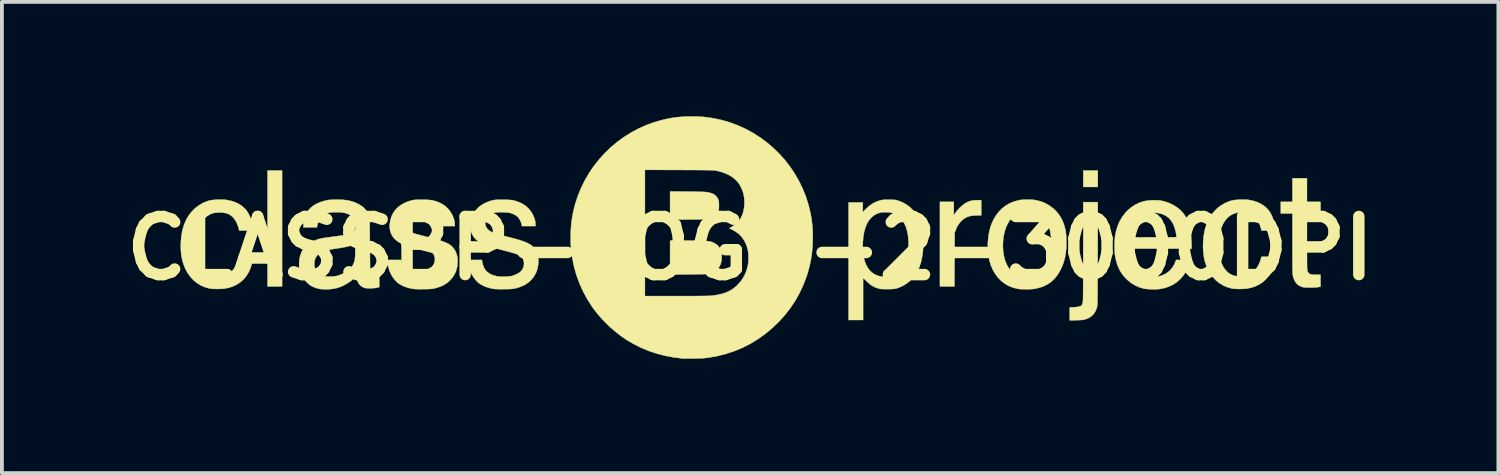
<source format=kicad_pcb>
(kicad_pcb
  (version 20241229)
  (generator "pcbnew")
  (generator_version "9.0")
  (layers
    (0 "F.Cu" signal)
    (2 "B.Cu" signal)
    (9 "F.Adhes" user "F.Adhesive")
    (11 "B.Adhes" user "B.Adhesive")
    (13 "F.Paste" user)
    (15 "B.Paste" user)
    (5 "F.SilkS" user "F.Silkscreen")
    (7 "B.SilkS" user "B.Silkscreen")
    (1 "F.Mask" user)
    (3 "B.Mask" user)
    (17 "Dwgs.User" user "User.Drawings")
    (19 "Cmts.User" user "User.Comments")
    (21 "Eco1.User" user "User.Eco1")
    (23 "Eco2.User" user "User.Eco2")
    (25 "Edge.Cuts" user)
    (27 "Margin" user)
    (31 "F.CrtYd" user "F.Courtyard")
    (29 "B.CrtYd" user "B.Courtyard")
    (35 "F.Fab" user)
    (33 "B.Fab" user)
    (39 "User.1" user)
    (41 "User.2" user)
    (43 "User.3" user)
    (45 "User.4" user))
  (footprint "CLASSBP-LOGO-2-3000DPI"
    (layer "F.Cu")
    (at 16.626 3.463)
    (property "Reference" "CLASSBP-LOGO-2-3000DPI" (at 0 0 0) (layer "F.SilkS") (effects (font (size 1.524 1.524) (thickness 0.3))))
    (attr through_hole)
    (fp_poly (pts (xy -12.277 0.999) (xy -12.658 0.999) (xy -12.658 -2.04) (xy -12.277 -2.04) (xy -12.277 0.999)) (stroke (width 0.01) (type solid)) (fill yes) (layer "F.SilkS"))
    (fp_poly (pts (xy 9.119 -1.609) (xy 8.738 -1.609) (xy 8.738 -2.04) (xy 9.119 -2.04) (xy 9.119 -1.609)) (stroke (width 0.01) (type solid)) (fill yes) (layer "F.SilkS"))
    (fp_poly (pts (xy 6.062 -0.864) (xy 5.949 -0.864) (xy 5.852 -0.859) (xy 5.766 -0.845) (xy 5.692 -0.822) (xy 5.625 -0.787) (xy 5.564 -0.74) (xy 5.531 -0.708) (xy 5.481 -0.649) (xy 5.442 -0.591) (xy 5.41 -0.527) (xy 5.39 -0.476) (xy 5.364 -0.402) (xy 5.361 0.298) (xy 5.359 0.999) (xy 4.978 0.999) (xy 4.978 -1.219) (xy 5.342 -1.219) (xy 5.342 -0.869) (xy 5.367 -0.908) (xy 5.396 -0.948) (xy 5.435 -0.995) (xy 5.479 -1.043) (xy 5.525 -1.089) (xy 5.569 -1.128) (xy 5.575 -1.133) (xy 5.641 -1.181) (xy 5.707 -1.217) (xy 5.774 -1.241) (xy 5.849 -1.256) (xy 5.933 -1.261) (xy 5.955 -1.262) (xy 6.062 -1.262) (xy 6.062 -0.864)) (stroke (width 0.01) (type solid)) (fill yes) (layer "F.SilkS"))
    (fp_poly (pts (xy -1.67 -0.203) (xy -1.553 -0.203) (xy -1.451 -0.202) (xy -1.363 -0.201) (xy -1.288 -0.2) (xy -1.224 -0.197) (xy -1.169 -0.194) (xy -1.123 -0.189) (xy -1.083 -0.184) (xy -1.049 -0.177) (xy -1.018 -0.169) (xy -0.99 -0.159) (xy -0.962 -0.147) (xy -0.942 -0.138) (xy -0.877 -0.097) (xy -0.824 -0.045) (xy -0.783 0.018) (xy -0.757 0.089) (xy -0.75 0.124) (xy -0.747 0.171) (xy -0.746 0.224) (xy -0.747 0.277) (xy -0.751 0.325) (xy -0.754 0.343) (xy -0.776 0.419) (xy -0.811 0.488) (xy -0.859 0.548) (xy -0.917 0.598) (xy -0.968 0.627) (xy -0.991 0.638) (xy -1.013 0.647) (xy -1.034 0.655) (xy -1.056 0.661) (xy -1.082 0.666) (xy -1.112 0.671) (xy -1.147 0.674) (xy -1.19 0.677) (xy -1.242 0.679) (xy -1.304 0.68) (xy -1.378 0.681) (xy -1.465 0.682) (xy -1.566 0.683) (xy -1.619 0.684) (xy -2.1 0.687) (xy -2.1 -0.203) (xy -1.67 -0.203)) (stroke (width 0.01) (type solid)) (fill yes) (layer "F.SilkS"))
    (fp_poly (pts (xy -1.645 -1.488) (xy -1.539 -1.487) (xy -1.449 -1.486) (xy -1.373 -1.484) (xy -1.308 -1.483) (xy -1.254 -1.481) (xy -1.209 -1.479) (xy -1.17 -1.476) (xy -1.137 -1.472) (xy -1.108 -1.468) (xy -1.081 -1.462) (xy -1.054 -1.456) (xy -1.026 -1.448) (xy -1.013 -1.444) (xy -0.955 -1.419) (xy -0.903 -1.379) (xy -0.866 -1.335) (xy -0.846 -1.302) (xy -0.832 -1.27) (xy -0.824 -1.234) (xy -0.819 -1.191) (xy -0.818 -1.135) (xy -0.818 -1.122) (xy -0.818 -1.074) (xy -0.82 -1.039) (xy -0.824 -1.012) (xy -0.831 -0.987) (xy -0.837 -0.972) (xy -0.869 -0.913) (xy -0.913 -0.864) (xy -0.971 -0.824) (xy -0.987 -0.817) (xy -1.011 -0.805) (xy -1.034 -0.795) (xy -1.056 -0.787) (xy -1.079 -0.78) (xy -1.104 -0.774) (xy -1.134 -0.769) (xy -1.169 -0.766) (xy -1.211 -0.763) (xy -1.262 -0.761) (xy -1.323 -0.759) (xy -1.395 -0.758) (xy -1.481 -0.757) (xy -1.582 -0.756) (xy -1.632 -0.756) (xy -2.1 -0.752) (xy -2.1 -1.492) (xy -1.645 -1.488)) (stroke (width 0.01) (type solid)) (fill yes) (layer "F.SilkS"))
    (fp_poly (pts (xy 9.116 0.133) (xy 9.116 0.311) (xy 9.115 0.472) (xy 9.115 0.618) (xy 9.115 0.75) (xy 9.114 0.868) (xy 9.114 0.973) (xy 9.113 1.066) (xy 9.113 1.147) (xy 9.112 1.218) (xy 9.111 1.28) (xy 9.111 1.332) (xy 9.11 1.376) (xy 9.109 1.414) (xy 9.108 1.444) (xy 9.107 1.469) (xy 9.105 1.489) (xy 9.104 1.505) (xy 9.102 1.518) (xy 9.101 1.528) (xy 9.099 1.537) (xy 9.071 1.622) (xy 9.032 1.695) (xy 8.982 1.755) (xy 8.919 1.805) (xy 8.844 1.844) (xy 8.776 1.867) (xy 8.75 1.873) (xy 8.716 1.878) (xy 8.672 1.881) (xy 8.615 1.884) (xy 8.553 1.886) (xy 8.382 1.89) (xy 8.382 1.549) (xy 8.435 1.549) (xy 8.482 1.548) (xy 8.533 1.543) (xy 8.583 1.537) (xy 8.626 1.529) (xy 8.658 1.52) (xy 8.661 1.519) (xy 8.686 1.505) (xy 8.704 1.483) (xy 8.717 1.45) (xy 8.727 1.405) (xy 8.729 1.392) (xy 8.73 1.375) (xy 8.731 1.341) (xy 8.732 1.292) (xy 8.733 1.227) (xy 8.734 1.147) (xy 8.735 1.052) (xy 8.735 0.943) (xy 8.736 0.82) (xy 8.737 0.684) (xy 8.737 0.535) (xy 8.737 0.374) (xy 8.737 0.201) (xy 8.737 0.061) (xy 8.738 -1.211) (xy 9.119 -1.211) (xy 9.116 0.133)) (stroke (width 0.01) (type solid)) (fill yes) (layer "F.SilkS"))
    (fp_poly (pts (xy 14.605 -1.219) (xy 14.961 -1.219) (xy 14.961 -0.914) (xy 14.605 -0.914) (xy 14.605 -0.171) (xy 14.605 -0.042) (xy 14.605 0.072) (xy 14.605 0.171) (xy 14.606 0.256) (xy 14.606 0.329) (xy 14.607 0.39) (xy 14.607 0.441) (xy 14.608 0.482) (xy 14.609 0.515) (xy 14.61 0.541) (xy 14.612 0.562) (xy 14.613 0.577) (xy 14.615 0.588) (xy 14.617 0.597) (xy 14.62 0.603) (xy 14.621 0.605) (xy 14.638 0.636) (xy 14.658 0.659) (xy 14.684 0.675) (xy 14.719 0.686) (xy 14.765 0.692) (xy 14.824 0.694) (xy 14.846 0.694) (xy 14.961 0.694) (xy 14.961 1.005) (xy 14.912 1.016) (xy 14.879 1.021) (xy 14.835 1.025) (xy 14.782 1.028) (xy 14.724 1.03) (xy 14.666 1.03) (xy 14.61 1.029) (xy 14.561 1.027) (xy 14.522 1.024) (xy 14.501 1.02) (xy 14.43 0.995) (xy 14.37 0.959) (xy 14.321 0.91) (xy 14.281 0.848) (xy 14.251 0.773) (xy 14.238 0.722) (xy 14.235 0.71) (xy 14.233 0.696) (xy 14.231 0.678) (xy 14.23 0.656) (xy 14.229 0.628) (xy 14.227 0.594) (xy 14.227 0.551) (xy 14.226 0.5) (xy 14.225 0.439) (xy 14.225 0.368) (xy 14.224 0.284) (xy 14.224 0.186) (xy 14.224 0.075) (xy 14.224 -0.051) (xy 14.224 -0.127) (xy 14.224 -0.914) (xy 13.919 -0.914) (xy 13.919 -1.219) (xy 14.224 -1.219) (xy 14.224 -1.837) (xy 14.605 -1.837) (xy 14.605 -1.219)) (stroke (width 0.01) (type solid)) (fill yes) (layer "F.SilkS"))
    (fp_poly (pts (xy -13.823 -1.277) (xy -13.767 -1.274) (xy -13.741 -1.27) (xy -13.62 -1.246) (xy -13.509 -1.21) (xy -13.41 -1.162) (xy -13.322 -1.104) (xy -13.247 -1.035) (xy -13.218 -1.002) (xy -13.167 -0.927) (xy -13.123 -0.841) (xy -13.087 -0.741) (xy -13.057 -0.627) (xy -13.035 -0.502) (xy -13.03 -0.466) (xy -13.4 -0.466) (xy -13.42 -0.539) (xy -13.447 -0.622) (xy -13.483 -0.7) (xy -13.526 -0.768) (xy -13.567 -0.816) (xy -13.619 -0.862) (xy -13.675 -0.896) (xy -13.739 -0.919) (xy -13.813 -0.934) (xy -13.899 -0.939) (xy -13.92 -0.94) (xy -13.976 -0.938) (xy -14.027 -0.934) (xy -14.065 -0.928) (xy -14.068 -0.927) (xy -14.155 -0.897) (xy -14.233 -0.852) (xy -14.302 -0.792) (xy -14.363 -0.718) (xy -14.415 -0.63) (xy -14.457 -0.527) (xy -14.492 -0.41) (xy -14.508 -0.332) (xy -14.516 -0.272) (xy -14.522 -0.2) (xy -14.526 -0.122) (xy -14.527 -0.042) (xy -14.526 0.035) (xy -14.521 0.104) (xy -14.517 0.144) (xy -14.495 0.256) (xy -14.463 0.359) (xy -14.422 0.453) (xy -14.373 0.534) (xy -14.317 0.601) (xy -14.264 0.648) (xy -14.211 0.683) (xy -14.15 0.708) (xy -14.109 0.72) (xy -14.052 0.73) (xy -13.986 0.736) (xy -13.917 0.736) (xy -13.853 0.731) (xy -13.81 0.724) (xy -13.731 0.696) (xy -13.658 0.654) (xy -13.591 0.597) (xy -13.532 0.527) (xy -13.482 0.444) (xy -13.44 0.35) (xy -13.411 0.256) (xy -13.402 0.22) (xy -13.029 0.22) (xy -13.035 0.252) (xy -13.064 0.389) (xy -13.102 0.512) (xy -13.151 0.623) (xy -13.21 0.72) (xy -13.279 0.805) (xy -13.359 0.879) (xy -13.416 0.92) (xy -13.496 0.967) (xy -13.578 1.003) (xy -13.667 1.032) (xy -13.768 1.053) (xy -13.77 1.054) (xy -13.816 1.06) (xy -13.873 1.063) (xy -13.936 1.066) (xy -14.002 1.066) (xy -14.065 1.064) (xy -14.122 1.061) (xy -14.167 1.055) (xy -14.176 1.054) (xy -14.293 1.022) (xy -14.402 0.976) (xy -14.503 0.915) (xy -14.595 0.842) (xy -14.677 0.755) (xy -14.749 0.656) (xy -14.811 0.545) (xy -14.861 0.423) (xy -14.892 0.318) (xy -14.916 0.204) (xy -14.93 0.078) (xy -14.935 -0.053) (xy -14.931 -0.188) (xy -14.918 -0.321) (xy -14.896 -0.448) (xy -14.883 -0.504) (xy -14.842 -0.634) (xy -14.789 -0.755) (xy -14.723 -0.866) (xy -14.645 -0.965) (xy -14.557 -1.053) (xy -14.459 -1.127) (xy -14.352 -1.189) (xy -14.235 -1.237) (xy -14.177 -1.254) (xy -14.136 -1.262) (xy -14.082 -1.269) (xy -14.02 -1.274) (xy -13.953 -1.277) (xy -13.886 -1.278) (xy -13.823 -1.277)) (stroke (width 0.01) (type solid)) (fill yes) (layer "F.SilkS"))
    (fp_poly (pts (xy 12.991 -1.277) (xy 13.047 -1.274) (xy 13.073 -1.27) (xy 13.194 -1.246) (xy 13.305 -1.21) (xy 13.404 -1.162) (xy 13.492 -1.104) (xy 13.567 -1.035) (xy 13.596 -1.002) (xy 13.647 -0.927) (xy 13.691 -0.841) (xy 13.727 -0.741) (xy 13.757 -0.627) (xy 13.779 -0.502) (xy 13.784 -0.466) (xy 13.414 -0.466) (xy 13.394 -0.539) (xy 13.367 -0.622) (xy 13.331 -0.7) (xy 13.288 -0.768) (xy 13.247 -0.816) (xy 13.195 -0.862) (xy 13.139 -0.896) (xy 13.075 -0.919) (xy 13.001 -0.934) (xy 12.915 -0.939) (xy 12.894 -0.94) (xy 12.838 -0.938) (xy 12.787 -0.934) (xy 12.749 -0.928) (xy 12.746 -0.927) (xy 12.659 -0.897) (xy 12.581 -0.852) (xy 12.512 -0.792) (xy 12.451 -0.718) (xy 12.399 -0.63) (xy 12.356 -0.527) (xy 12.322 -0.41) (xy 12.306 -0.332) (xy 12.298 -0.272) (xy 12.291 -0.2) (xy 12.288 -0.122) (xy 12.287 -0.042) (xy 12.288 0.035) (xy 12.293 0.104) (xy 12.297 0.144) (xy 12.319 0.256) (xy 12.351 0.359) (xy 12.392 0.453) (xy 12.441 0.534) (xy 12.497 0.601) (xy 12.55 0.648) (xy 12.603 0.683) (xy 12.664 0.708) (xy 12.705 0.72) (xy 12.762 0.73) (xy 12.828 0.736) (xy 12.897 0.736) (xy 12.961 0.731) (xy 13.004 0.724) (xy 13.083 0.696) (xy 13.156 0.654) (xy 13.223 0.597) (xy 13.282 0.527) (xy 13.332 0.444) (xy 13.374 0.35) (xy 13.403 0.256) (xy 13.412 0.22) (xy 13.785 0.22) (xy 13.779 0.252) (xy 13.75 0.389) (xy 13.712 0.512) (xy 13.663 0.623) (xy 13.604 0.72) (xy 13.535 0.805) (xy 13.455 0.879) (xy 13.398 0.92) (xy 13.318 0.967) (xy 13.236 1.003) (xy 13.147 1.032) (xy 13.046 1.053) (xy 13.044 1.054) (xy 12.998 1.06) (xy 12.941 1.063) (xy 12.878 1.066) (xy 12.812 1.066) (xy 12.749 1.064) (xy 12.692 1.061) (xy 12.647 1.055) (xy 12.638 1.054) (xy 12.521 1.022) (xy 12.412 0.976) (xy 12.311 0.915) (xy 12.219 0.842) (xy 12.137 0.755) (xy 12.065 0.656) (xy 12.003 0.545) (xy 11.953 0.423) (xy 11.921 0.318) (xy 11.898 0.204) (xy 11.884 0.078) (xy 11.879 -0.053) (xy 11.883 -0.188) (xy 11.896 -0.321) (xy 11.918 -0.448) (xy 11.931 -0.504) (xy 11.972 -0.634) (xy 12.025 -0.755) (xy 12.091 -0.866) (xy 12.168 -0.965) (xy 12.257 -1.053) (xy 12.355 -1.127) (xy 12.462 -1.189) (xy 12.579 -1.237) (xy 12.636 -1.254) (xy 12.678 -1.262) (xy 12.732 -1.269) (xy 12.794 -1.274) (xy 12.861 -1.277) (xy 12.928 -1.278) (xy 12.991 -1.277)) (stroke (width 0.01) (type solid)) (fill yes) (layer "F.SilkS"))
    (fp_poly (pts (xy 3.699 -1.274) (xy 3.743 -1.273) (xy 3.777 -1.271) (xy 3.805 -1.269) (xy 3.829 -1.265) (xy 3.852 -1.259) (xy 3.879 -1.251) (xy 3.882 -1.25) (xy 3.993 -1.207) (xy 4.096 -1.15) (xy 4.191 -1.079) (xy 4.276 -0.995) (xy 4.351 -0.9) (xy 4.414 -0.794) (xy 4.464 -0.678) (xy 4.474 -0.65) (xy 4.502 -0.548) (xy 4.523 -0.434) (xy 4.536 -0.311) (xy 4.542 -0.182) (xy 4.54 -0.051) (xy 4.531 0.08) (xy 4.514 0.207) (xy 4.49 0.326) (xy 4.475 0.385) (xy 4.43 0.513) (xy 4.374 0.629) (xy 4.306 0.732) (xy 4.226 0.824) (xy 4.136 0.902) (xy 4.034 0.968) (xy 3.992 0.991) (xy 3.937 1.016) (xy 3.888 1.036) (xy 3.841 1.051) (xy 3.793 1.061) (xy 3.74 1.067) (xy 3.678 1.07) (xy 3.602 1.071) (xy 3.594 1.071) (xy 3.535 1.07) (xy 3.49 1.07) (xy 3.456 1.068) (xy 3.428 1.066) (xy 3.404 1.062) (xy 3.381 1.056) (xy 3.355 1.049) (xy 3.349 1.047) (xy 3.286 1.026) (xy 3.233 1.002) (xy 3.185 0.974) (xy 3.137 0.939) (xy 3.086 0.894) (xy 3.059 0.868) (xy 2.963 0.775) (xy 2.963 1.327) (xy 2.963 1.88) (xy 2.582 1.88) (xy 2.582 -0.02) (xy 2.953 -0.02) (xy 2.96 0.113) (xy 2.978 0.234) (xy 3.007 0.343) (xy 3.045 0.44) (xy 3.094 0.524) (xy 3.152 0.596) (xy 3.22 0.654) (xy 3.297 0.698) (xy 3.384 0.729) (xy 3.416 0.736) (xy 3.454 0.741) (xy 3.503 0.744) (xy 3.556 0.744) (xy 3.609 0.742) (xy 3.655 0.737) (xy 3.686 0.732) (xy 3.762 0.704) (xy 3.836 0.662) (xy 3.905 0.608) (xy 3.967 0.545) (xy 4.019 0.475) (xy 4.037 0.442) (xy 4.076 0.357) (xy 4.106 0.268) (xy 4.129 0.172) (xy 4.144 0.066) (xy 4.153 -0.047) (xy 4.155 -0.179) (xy 4.145 -0.305) (xy 4.125 -0.423) (xy 4.096 -0.532) (xy 4.056 -0.63) (xy 4.007 -0.717) (xy 3.95 -0.791) (xy 3.937 -0.804) (xy 3.873 -0.859) (xy 3.803 -0.9) (xy 3.725 -0.928) (xy 3.638 -0.944) (xy 3.552 -0.948) (xy 3.499 -0.947) (xy 3.451 -0.943) (xy 3.412 -0.937) (xy 3.407 -0.935) (xy 3.32 -0.905) (xy 3.242 -0.86) (xy 3.173 -0.801) (xy 3.113 -0.729) (xy 3.062 -0.642) (xy 3.021 -0.541) (xy 2.99 -0.427) (xy 2.968 -0.299) (xy 2.956 -0.164) (xy 2.953 -0.02) (xy 2.582 -0.02) (xy 2.582 -1.202) (xy 2.955 -1.202) (xy 2.955 -0.951) (xy 3.046 -1.04) (xy 3.12 -1.107) (xy 3.192 -1.161) (xy 3.267 -1.203) (xy 3.349 -1.237) (xy 3.421 -1.259) (xy 3.445 -1.265) (xy 3.472 -1.269) (xy 3.505 -1.272) (xy 3.547 -1.273) (xy 3.601 -1.274) (xy 3.641 -1.274) (xy 3.699 -1.274)) (stroke (width 0.01) (type solid)) (fill yes) (layer "F.SilkS"))
    (fp_poly (pts (xy 7.334 -1.277) (xy 7.402 -1.274) (xy 7.461 -1.269) (xy 7.481 -1.265) (xy 7.607 -1.235) (xy 7.726 -1.189) (xy 7.838 -1.129) (xy 7.941 -1.054) (xy 8.005 -0.995) (xy 8.082 -0.909) (xy 8.146 -0.815) (xy 8.199 -0.711) (xy 8.236 -0.61) (xy 8.256 -0.54) (xy 8.272 -0.47) (xy 8.283 -0.397) (xy 8.29 -0.317) (xy 8.295 -0.224) (xy 8.295 -0.21) (xy 8.294 -0.047) (xy 8.281 0.105) (xy 8.257 0.247) (xy 8.22 0.381) (xy 8.17 0.507) (xy 8.107 0.627) (xy 8.07 0.686) (xy 7.999 0.78) (xy 7.917 0.861) (xy 7.826 0.929) (xy 7.724 0.984) (xy 7.61 1.027) (xy 7.485 1.057) (xy 7.455 1.063) (xy 7.411 1.068) (xy 7.356 1.072) (xy 7.294 1.074) (xy 7.228 1.074) (xy 7.163 1.073) (xy 7.103 1.071) (xy 7.053 1.067) (xy 7.023 1.063) (xy 6.9 1.032) (xy 6.786 0.988) (xy 6.682 0.929) (xy 6.587 0.856) (xy 6.502 0.77) (xy 6.427 0.67) (xy 6.369 0.571) (xy 6.317 0.451) (xy 6.277 0.321) (xy 6.25 0.181) (xy 6.236 0.034) (xy 6.235 -0.07) (xy 6.629 -0.07) (xy 6.635 0.056) (xy 6.651 0.174) (xy 6.676 0.284) (xy 6.711 0.384) (xy 6.756 0.474) (xy 6.808 0.551) (xy 6.869 0.616) (xy 6.937 0.667) (xy 6.97 0.685) (xy 7.022 0.708) (xy 7.071 0.725) (xy 7.122 0.735) (xy 7.179 0.741) (xy 7.246 0.743) (xy 7.281 0.742) (xy 7.335 0.741) (xy 7.375 0.739) (xy 7.407 0.735) (xy 7.435 0.73) (xy 7.462 0.723) (xy 7.481 0.717) (xy 7.555 0.686) (xy 7.62 0.646) (xy 7.677 0.593) (xy 7.727 0.529) (xy 7.771 0.45) (xy 7.811 0.356) (xy 7.827 0.31) (xy 7.863 0.186) (xy 7.886 0.062) (xy 7.897 -0.068) (xy 7.897 -0.207) (xy 7.897 -0.207) (xy 7.89 -0.315) (xy 7.877 -0.41) (xy 7.858 -0.495) (xy 7.832 -0.574) (xy 7.797 -0.651) (xy 7.795 -0.656) (xy 7.744 -0.737) (xy 7.681 -0.806) (xy 7.607 -0.863) (xy 7.523 -0.906) (xy 7.493 -0.917) (xy 7.461 -0.928) (xy 7.433 -0.935) (xy 7.403 -0.94) (xy 7.368 -0.944) (xy 7.322 -0.946) (xy 7.301 -0.946) (xy 7.225 -0.947) (xy 7.16 -0.943) (xy 7.103 -0.933) (xy 7.05 -0.917) (xy 6.996 -0.894) (xy 6.924 -0.85) (xy 6.858 -0.792) (xy 6.8 -0.72) (xy 6.75 -0.635) (xy 6.707 -0.539) (xy 6.674 -0.433) (xy 6.649 -0.318) (xy 6.634 -0.194) (xy 6.629 -0.07) (xy 6.235 -0.07) (xy 6.235 -0.12) (xy 6.239 -0.193) (xy 6.252 -0.322) (xy 6.272 -0.439) (xy 6.299 -0.546) (xy 6.335 -0.646) (xy 6.376 -0.737) (xy 6.443 -0.853) (xy 6.52 -0.956) (xy 6.607 -1.045) (xy 6.703 -1.12) (xy 6.809 -1.181) (xy 6.925 -1.228) (xy 7.049 -1.261) (xy 7.076 -1.266) (xy 7.128 -1.272) (xy 7.192 -1.277) (xy 7.263 -1.278) (xy 7.334 -1.277)) (stroke (width 0.01) (type solid)) (fill yes) (layer "F.SilkS"))
    (fp_poly (pts (xy 10.683 -1.26) (xy 10.748 -1.254) (xy 10.78 -1.25) (xy 10.895 -1.221) (xy 11.006 -1.181) (xy 11.11 -1.129) (xy 11.205 -1.068) (xy 11.289 -0.999) (xy 11.359 -0.922) (xy 11.385 -0.887) (xy 11.428 -0.82) (xy 11.465 -0.751) (xy 11.495 -0.678) (xy 11.52 -0.6) (xy 11.54 -0.514) (xy 11.555 -0.418) (xy 11.567 -0.31) (xy 11.575 -0.189) (xy 11.578 -0.121) (xy 11.582 0.008) (xy 9.965 0.008) (xy 9.965 0.044) (xy 9.967 0.08) (xy 9.973 0.127) (xy 9.981 0.18) (xy 9.991 0.234) (xy 10.002 0.282) (xy 10.008 0.303) (xy 10.041 0.4) (xy 10.086 0.487) (xy 10.139 0.563) (xy 10.2 0.626) (xy 10.268 0.675) (xy 10.298 0.69) (xy 10.352 0.714) (xy 10.406 0.73) (xy 10.464 0.739) (xy 10.529 0.743) (xy 10.605 0.743) (xy 10.656 0.741) (xy 10.696 0.738) (xy 10.728 0.733) (xy 10.757 0.727) (xy 10.788 0.717) (xy 10.791 0.716) (xy 10.882 0.676) (xy 10.964 0.623) (xy 11.034 0.557) (xy 11.093 0.48) (xy 11.139 0.392) (xy 11.148 0.368) (xy 11.172 0.305) (xy 11.549 0.305) (xy 11.544 0.337) (xy 11.525 0.411) (xy 11.494 0.491) (xy 11.453 0.573) (xy 11.404 0.655) (xy 11.35 0.731) (xy 11.291 0.799) (xy 11.277 0.813) (xy 11.187 0.891) (xy 11.087 0.956) (xy 10.976 1.007) (xy 10.856 1.045) (xy 10.747 1.066) (xy 10.695 1.072) (xy 10.632 1.075) (xy 10.563 1.075) (xy 10.492 1.073) (xy 10.425 1.069) (xy 10.367 1.063) (xy 10.329 1.057) (xy 10.212 1.024) (xy 10.101 0.975) (xy 9.996 0.911) (xy 9.897 0.83) (xy 9.889 0.823) (xy 9.808 0.74) (xy 9.741 0.652) (xy 9.685 0.557) (xy 9.639 0.453) (xy 9.603 0.339) (xy 9.576 0.212) (xy 9.567 0.152) (xy 9.563 0.106) (xy 9.56 0.047) (xy 9.558 -0.02) (xy 9.559 -0.091) (xy 9.56 -0.161) (xy 9.564 -0.227) (xy 9.568 -0.284) (xy 9.569 -0.288) (xy 9.972 -0.288) (xy 10.578 -0.288) (xy 10.694 -0.288) (xy 10.794 -0.288) (xy 10.88 -0.288) (xy 10.952 -0.288) (xy 11.012 -0.289) (xy 11.061 -0.289) (xy 11.099 -0.29) (xy 11.129 -0.291) (xy 11.151 -0.292) (xy 11.166 -0.294) (xy 11.176 -0.296) (xy 11.182 -0.298) (xy 11.184 -0.3) (xy 11.184 -0.303) (xy 11.182 -0.328) (xy 11.176 -0.366) (xy 11.168 -0.411) (xy 11.157 -0.458) (xy 11.145 -0.504) (xy 11.134 -0.544) (xy 11.133 -0.546) (xy 11.096 -0.639) (xy 11.047 -0.72) (xy 10.988 -0.789) (xy 10.918 -0.844) (xy 10.869 -0.872) (xy 10.806 -0.899) (xy 10.742 -0.917) (xy 10.672 -0.928) (xy 10.592 -0.931) (xy 10.587 -0.931) (xy 10.49 -0.926) (xy 10.403 -0.908) (xy 10.326 -0.879) (xy 10.313 -0.872) (xy 10.23 -0.818) (xy 10.158 -0.752) (xy 10.096 -0.673) (xy 10.046 -0.584) (xy 10.008 -0.485) (xy 9.983 -0.377) (xy 9.978 -0.337) (xy 9.972 -0.288) (xy 9.569 -0.288) (xy 9.572 -0.31) (xy 9.6 -0.456) (xy 9.642 -0.592) (xy 9.698 -0.718) (xy 9.767 -0.834) (xy 9.85 -0.94) (xy 9.905 -0.997) (xy 9.998 -1.077) (xy 10.099 -1.143) (xy 10.21 -1.195) (xy 10.329 -1.234) (xy 10.386 -1.245) (xy 10.455 -1.254) (xy 10.531 -1.259) (xy 10.609 -1.261) (xy 10.683 -1.26)) (stroke (width 0.01) (type solid)) (fill yes) (layer "F.SilkS"))
    (fp_poly (pts (xy -8.53 -1.274) (xy -8.464 -1.272) (xy -8.408 -1.268) (xy -8.359 -1.262) (xy -8.314 -1.254) (xy -8.27 -1.242) (xy -8.223 -1.226) (xy -8.194 -1.216) (xy -8.106 -1.177) (xy -8.029 -1.13) (xy -7.98 -1.092) (xy -7.918 -1.032) (xy -7.864 -0.962) (xy -7.818 -0.885) (xy -7.782 -0.804) (xy -7.758 -0.722) (xy -7.747 -0.643) (xy -7.747 -0.629) (xy -7.747 -0.584) (xy -8.101 -0.584) (xy -8.111 -0.631) (xy -8.127 -0.684) (xy -8.151 -0.738) (xy -8.181 -0.787) (xy -8.214 -0.826) (xy -8.218 -0.829) (xy -8.264 -0.864) (xy -8.323 -0.895) (xy -8.389 -0.921) (xy -8.412 -0.928) (xy -8.446 -0.935) (xy -8.494 -0.94) (xy -8.549 -0.944) (xy -8.609 -0.947) (xy -8.668 -0.947) (xy -8.722 -0.946) (xy -8.768 -0.943) (xy -8.786 -0.94) (xy -8.856 -0.922) (xy -8.92 -0.893) (xy -8.976 -0.856) (xy -9.02 -0.811) (xy -9.044 -0.775) (xy -9.056 -0.743) (xy -9.064 -0.702) (xy -9.066 -0.684) (xy -9.063 -0.62) (xy -9.045 -0.563) (xy -9.012 -0.512) (xy -8.962 -0.466) (xy -8.897 -0.426) (xy -8.838 -0.399) (xy -8.814 -0.391) (xy -8.777 -0.379) (xy -8.728 -0.365) (xy -8.67 -0.35) (xy -8.606 -0.333) (xy -8.538 -0.315) (xy -8.501 -0.306) (xy -8.38 -0.276) (xy -8.276 -0.248) (xy -8.185 -0.222) (xy -8.106 -0.197) (xy -8.039 -0.173) (xy -7.982 -0.15) (xy -7.932 -0.126) (xy -7.89 -0.102) (xy -7.854 -0.077) (xy -7.843 -0.069) (xy -7.804 -0.031) (xy -7.767 0.017) (xy -7.733 0.07) (xy -7.708 0.122) (xy -7.707 0.127) (xy -7.683 0.213) (xy -7.673 0.306) (xy -7.674 0.402) (xy -7.688 0.498) (xy -7.713 0.59) (xy -7.742 0.659) (xy -7.798 0.753) (xy -7.866 0.835) (xy -7.945 0.905) (xy -8.037 0.964) (xy -8.141 1.01) (xy -8.257 1.046) (xy -8.262 1.047) (xy -8.293 1.054) (xy -8.32 1.059) (xy -8.348 1.063) (xy -8.38 1.066) (xy -8.418 1.068) (xy -8.465 1.07) (xy -8.525 1.071) (xy -8.56 1.071) (xy -8.621 1.072) (xy -8.681 1.072) (xy -8.735 1.071) (xy -8.78 1.069) (xy -8.814 1.067) (xy -8.826 1.066) (xy -8.92 1.049) (xy -9.013 1.023) (xy -9.1 0.989) (xy -9.177 0.95) (xy -9.233 0.914) (xy -9.276 0.875) (xy -9.322 0.825) (xy -9.366 0.768) (xy -9.405 0.707) (xy -9.428 0.665) (xy -9.46 0.588) (xy -9.487 0.503) (xy -9.505 0.416) (xy -9.512 0.366) (xy -9.518 0.305) (xy -9.153 0.305) (xy -9.148 0.337) (xy -9.143 0.363) (xy -9.136 0.397) (xy -9.131 0.417) (xy -9.104 0.496) (xy -9.065 0.563) (xy -9.012 0.62) (xy -8.947 0.667) (xy -8.868 0.703) (xy -8.776 0.729) (xy -8.735 0.737) (xy -8.693 0.741) (xy -8.641 0.744) (xy -8.583 0.744) (xy -8.522 0.742) (xy -8.464 0.739) (xy -8.412 0.733) (xy -8.372 0.727) (xy -8.361 0.724) (xy -8.303 0.704) (xy -8.244 0.679) (xy -8.191 0.649) (xy -8.147 0.618) (xy -8.127 0.6) (xy -8.088 0.549) (xy -8.062 0.491) (xy -8.049 0.43) (xy -8.049 0.367) (xy -8.062 0.308) (xy -8.087 0.26) (xy -8.102 0.239) (xy -8.119 0.22) (xy -8.139 0.203) (xy -8.165 0.187) (xy -8.197 0.171) (xy -8.237 0.154) (xy -8.286 0.137) (xy -8.345 0.119) (xy -8.416 0.098) (xy -8.5 0.076) (xy -8.599 0.05) (xy -8.644 0.038) (xy -8.738 0.014) (xy -8.816 -0.006) (xy -8.882 -0.024) (xy -8.938 -0.04) (xy -8.984 -0.054) (xy -9.024 -0.067) (xy -9.059 -0.08) (xy -9.09 -0.094) (xy -9.121 -0.108) (xy -9.153 -0.123) (xy -9.153 -0.124) (xy -9.241 -0.177) (xy -9.315 -0.237) (xy -9.373 -0.305) (xy -9.415 -0.38) (xy -9.443 -0.462) (xy -9.455 -0.551) (xy -9.454 -0.63) (xy -9.437 -0.739) (xy -9.406 -0.84) (xy -9.36 -0.931) (xy -9.301 -1.013) (xy -9.228 -1.086) (xy -9.143 -1.148) (xy -9.044 -1.2) (xy -8.934 -1.241) (xy -8.884 -1.255) (xy -8.858 -1.261) (xy -8.834 -1.266) (xy -8.808 -1.269) (xy -8.777 -1.272) (xy -8.739 -1.273) (xy -8.691 -1.274) (xy -8.63 -1.274) (xy -8.611 -1.274) (xy -8.53 -1.274)) (stroke (width 0.01) (type solid)) (fill yes) (layer "F.SilkS"))
    (fp_poly (pts (xy -6.414 -1.274) (xy -6.347 -1.272) (xy -6.291 -1.268) (xy -6.242 -1.262) (xy -6.197 -1.254) (xy -6.153 -1.242) (xy -6.106 -1.226) (xy -6.078 -1.216) (xy -5.99 -1.177) (xy -5.912 -1.13) (xy -5.863 -1.092) (xy -5.802 -1.032) (xy -5.747 -0.962) (xy -5.701 -0.885) (xy -5.665 -0.804) (xy -5.641 -0.722) (xy -5.631 -0.643) (xy -5.63 -0.629) (xy -5.63 -0.584) (xy -5.985 -0.584) (xy -5.994 -0.631) (xy -6.01 -0.684) (xy -6.035 -0.738) (xy -6.065 -0.787) (xy -6.097 -0.826) (xy -6.101 -0.829) (xy -6.147 -0.864) (xy -6.206 -0.895) (xy -6.272 -0.921) (xy -6.295 -0.928) (xy -6.33 -0.935) (xy -6.377 -0.94) (xy -6.432 -0.944) (xy -6.492 -0.947) (xy -6.551 -0.947) (xy -6.606 -0.946) (xy -6.651 -0.943) (xy -6.67 -0.94) (xy -6.739 -0.922) (xy -6.804 -0.893) (xy -6.859 -0.856) (xy -6.904 -0.811) (xy -6.928 -0.775) (xy -6.939 -0.743) (xy -6.947 -0.702) (xy -6.949 -0.684) (xy -6.947 -0.62) (xy -6.928 -0.563) (xy -6.895 -0.512) (xy -6.846 -0.466) (xy -6.781 -0.426) (xy -6.721 -0.399) (xy -6.698 -0.391) (xy -6.66 -0.379) (xy -6.611 -0.365) (xy -6.554 -0.35) (xy -6.49 -0.333) (xy -6.422 -0.315) (xy -6.384 -0.306) (xy -6.264 -0.276) (xy -6.159 -0.248) (xy -6.068 -0.222) (xy -5.99 -0.197) (xy -5.922 -0.173) (xy -5.865 -0.15) (xy -5.816 -0.126) (xy -5.774 -0.102) (xy -5.737 -0.077) (xy -5.726 -0.069) (xy -5.688 -0.031) (xy -5.65 0.017) (xy -5.617 0.07) (xy -5.592 0.122) (xy -5.59 0.127) (xy -5.567 0.213) (xy -5.556 0.306) (xy -5.557 0.402) (xy -5.571 0.498) (xy -5.596 0.59) (xy -5.625 0.659) (xy -5.681 0.753) (xy -5.749 0.835) (xy -5.829 0.905) (xy -5.92 0.964) (xy -6.024 1.01) (xy -6.14 1.046) (xy -6.146 1.047) (xy -6.176 1.054) (xy -6.204 1.059) (xy -6.232 1.063) (xy -6.263 1.066) (xy -6.301 1.068) (xy -6.348 1.07) (xy -6.408 1.071) (xy -6.443 1.071) (xy -6.505 1.072) (xy -6.564 1.072) (xy -6.618 1.071) (xy -6.664 1.069) (xy -6.697 1.067) (xy -6.71 1.066) (xy -6.804 1.049) (xy -6.896 1.023) (xy -6.983 0.989) (xy -7.06 0.95) (xy -7.116 0.914) (xy -7.16 0.875) (xy -7.205 0.825) (xy -7.249 0.768) (xy -7.288 0.707) (xy -7.311 0.665) (xy -7.343 0.588) (xy -7.37 0.503) (xy -7.389 0.416) (xy -7.396 0.366) (xy -7.402 0.305) (xy -7.037 0.305) (xy -7.031 0.337) (xy -7.026 0.363) (xy -7.019 0.397) (xy -7.014 0.417) (xy -6.987 0.496) (xy -6.948 0.563) (xy -6.896 0.62) (xy -6.83 0.667) (xy -6.752 0.703) (xy -6.66 0.729) (xy -6.618 0.737) (xy -6.577 0.741) (xy -6.525 0.744) (xy -6.466 0.744) (xy -6.406 0.742) (xy -6.347 0.739) (xy -6.296 0.733) (xy -6.255 0.727) (xy -6.244 0.724) (xy -6.186 0.704) (xy -6.128 0.679) (xy -6.074 0.649) (xy -6.03 0.618) (xy -6.01 0.6) (xy -5.972 0.549) (xy -5.945 0.491) (xy -5.932 0.43) (xy -5.932 0.367) (xy -5.946 0.308) (xy -5.97 0.26) (xy -5.985 0.239) (xy -6.002 0.22) (xy -6.023 0.203) (xy -6.049 0.187) (xy -6.08 0.171) (xy -6.12 0.154) (xy -6.169 0.137) (xy -6.228 0.119) (xy -6.299 0.098) (xy -6.383 0.076) (xy -6.482 0.05) (xy -6.528 0.038) (xy -6.621 0.014) (xy -6.7 -0.006) (xy -6.766 -0.024) (xy -6.821 -0.04) (xy -6.868 -0.054) (xy -6.907 -0.067) (xy -6.942 -0.08) (xy -6.974 -0.094) (xy -7.004 -0.108) (xy -7.036 -0.123) (xy -7.036 -0.124) (xy -7.125 -0.177) (xy -7.198 -0.237) (xy -7.256 -0.305) (xy -7.299 -0.38) (xy -7.326 -0.462) (xy -7.338 -0.551) (xy -7.337 -0.63) (xy -7.32 -0.739) (xy -7.289 -0.84) (xy -7.243 -0.931) (xy -7.184 -1.013) (xy -7.112 -1.086) (xy -7.026 -1.148) (xy -6.928 -1.2) (xy -6.817 -1.241) (xy -6.768 -1.255) (xy -6.742 -1.261) (xy -6.717 -1.266) (xy -6.691 -1.269) (xy -6.661 -1.272) (xy -6.623 -1.273) (xy -6.574 -1.274) (xy -6.513 -1.274) (xy -6.494 -1.274) (xy -6.414 -1.274)) (stroke (width 0.01) (type solid)) (fill yes) (layer "F.SilkS"))
    (fp_poly (pts (xy -1.382 -3.456) (xy -1.243 -3.448) (xy -1.109 -3.434) (xy -0.977 -3.413) (xy -0.84 -3.386) (xy -0.755 -3.366) (xy -0.538 -3.304) (xy -0.328 -3.226) (xy -0.124 -3.134) (xy 0.072 -3.029) (xy 0.259 -2.909) (xy 0.438 -2.777) (xy 0.607 -2.634) (xy 0.766 -2.479) (xy 0.914 -2.313) (xy 1.05 -2.138) (xy 1.173 -1.953) (xy 1.284 -1.759) (xy 1.381 -1.558) (xy 1.464 -1.35) (xy 1.531 -1.135) (xy 1.548 -1.07) (xy 1.579 -0.938) (xy 1.603 -0.813) (xy 1.621 -0.691) (xy 1.633 -0.566) (xy 1.64 -0.434) (xy 1.643 -0.291) (xy 1.643 -0.279) (xy 1.638 -0.076) (xy 1.621 0.116) (xy 1.594 0.302) (xy 1.554 0.486) (xy 1.501 0.671) (xy 1.476 0.749) (xy 1.394 0.963) (xy 1.299 1.167) (xy 1.191 1.362) (xy 1.069 1.548) (xy 0.932 1.726) (xy 0.779 1.898) (xy 0.741 1.938) (xy 0.57 2.101) (xy 0.391 2.249) (xy 0.204 2.382) (xy 0.009 2.501) (xy -0.193 2.604) (xy -0.404 2.692) (xy -0.622 2.765) (xy -0.847 2.823) (xy -1.079 2.865) (xy -1.12 2.871) (xy -1.172 2.877) (xy -1.225 2.882) (xy -1.283 2.886) (xy -1.35 2.888) (xy -1.428 2.89) (xy -1.486 2.891) (xy -1.55 2.892) (xy -1.61 2.892) (xy -1.664 2.892) (xy -1.708 2.892) (xy -1.742 2.891) (xy -1.761 2.89) (xy -1.761 2.89) (xy -1.998 2.862) (xy -2.225 2.82) (xy -2.443 2.764) (xy -2.654 2.694) (xy -2.858 2.61) (xy -3.056 2.51) (xy -3.226 2.411) (xy -3.386 2.302) (xy -3.544 2.179) (xy -3.698 2.044) (xy -3.843 1.9) (xy -3.978 1.75) (xy -4.1 1.596) (xy -4.151 1.524) (xy -4.276 1.327) (xy -4.316 1.253) (xy -2.76 1.253) (xy -1.94 1.253) (xy -1.799 1.253) (xy -1.667 1.253) (xy -1.545 1.252) (xy -1.434 1.252) (xy -1.334 1.251) (xy -1.246 1.25) (xy -1.172 1.249) (xy -1.112 1.248) (xy -1.067 1.246) (xy -1.038 1.245) (xy -1.032 1.244) (xy -0.902 1.228) (xy -0.787 1.206) (xy -0.683 1.178) (xy -0.591 1.142) (xy -0.506 1.098) (xy -0.428 1.046) (xy -0.354 0.984) (xy -0.348 0.978) (xy -0.261 0.885) (xy -0.188 0.782) (xy -0.129 0.67) (xy -0.084 0.55) (xy -0.055 0.424) (xy -0.054 0.422) (xy -0.047 0.359) (xy -0.043 0.286) (xy -0.044 0.21) (xy -0.048 0.136) (xy -0.056 0.068) (xy -0.067 0.013) (xy -0.104 -0.101) (xy -0.154 -0.202) (xy -0.216 -0.292) (xy -0.29 -0.37) (xy -0.376 -0.436) (xy -0.474 -0.49) (xy -0.485 -0.495) (xy -0.512 -0.508) (xy -0.532 -0.519) (xy -0.541 -0.525) (xy -0.542 -0.526) (xy -0.535 -0.532) (xy -0.519 -0.541) (xy -0.463 -0.573) (xy -0.404 -0.617) (xy -0.346 -0.668) (xy -0.294 -0.725) (xy -0.252 -0.782) (xy -0.236 -0.81) (xy -0.198 -0.896) (xy -0.171 -0.993) (xy -0.154 -1.097) (xy -0.149 -1.205) (xy -0.155 -1.314) (xy -0.173 -1.421) (xy -0.178 -1.441) (xy -0.198 -1.505) (xy -0.227 -1.574) (xy -0.261 -1.641) (xy -0.298 -1.702) (xy -0.326 -1.738) (xy -0.399 -1.814) (xy -0.484 -1.88) (xy -0.583 -1.936) (xy -0.694 -1.983) (xy -0.819 -2.021) (xy -0.893 -2.038) (xy -0.906 -2.04) (xy -0.92 -2.042) (xy -0.939 -2.044) (xy -0.961 -2.046) (xy -0.989 -2.047) (xy -1.024 -2.048) (xy -1.066 -2.049) (xy -1.116 -2.05) (xy -1.176 -2.051) (xy -1.246 -2.052) (xy -1.328 -2.053) (xy -1.422 -2.053) (xy -1.529 -2.054) (xy -1.651 -2.054) (xy -1.788 -2.055) (xy -1.861 -2.055) (xy -2.76 -2.058) (xy -2.76 1.253) (xy -4.316 1.253) (xy -4.386 1.123) (xy -4.48 0.913) (xy -4.558 0.697) (xy -4.621 0.475) (xy -4.667 0.247) (xy -4.695 0.044) (xy -4.703 -0.062) (xy -4.708 -0.18) (xy -4.708 -0.304) (xy -4.705 -0.43) (xy -4.699 -0.554) (xy -4.688 -0.669) (xy -4.682 -0.724) (xy -4.643 -0.946) (xy -4.589 -1.163) (xy -4.52 -1.375) (xy -4.436 -1.58) (xy -4.338 -1.779) (xy -4.227 -1.97) (xy -4.104 -2.152) (xy -3.968 -2.325) (xy -3.82 -2.489) (xy -3.662 -2.643) (xy -3.494 -2.785) (xy -3.316 -2.915) (xy -3.128 -3.033) (xy -2.933 -3.138) (xy -2.73 -3.229) (xy -2.519 -3.306) (xy -2.31 -3.366) (xy -2.168 -3.398) (xy -2.034 -3.423) (xy -1.902 -3.44) (xy -1.766 -3.452) (xy -1.623 -3.457) (xy -1.532 -3.458) (xy -1.382 -3.456)) (stroke (width 0.01) (type solid)) (fill yes) (layer "F.SilkS"))
    (fp_poly (pts (xy -10.664 -1.271) (xy -10.569 -1.259) (xy -10.481 -1.24) (xy -10.397 -1.214) (xy -10.315 -1.18) (xy -10.291 -1.169) (xy -10.207 -1.121) (xy -10.137 -1.067) (xy -10.08 -1.005) (xy -10.036 -0.934) (xy -10.002 -0.851) (xy -9.993 -0.826) (xy -9.991 -0.815) (xy -9.989 -0.803) (xy -9.986 -0.789) (xy -9.985 -0.77) (xy -9.983 -0.745) (xy -9.982 -0.715) (xy -9.98 -0.677) (xy -9.979 -0.631) (xy -9.978 -0.575) (xy -9.978 -0.508) (xy -9.977 -0.429) (xy -9.976 -0.337) (xy -9.975 -0.231) (xy -9.974 -0.11) (xy -9.974 -0.047) (xy -9.973 0.087) (xy -9.972 0.205) (xy -9.971 0.308) (xy -9.97 0.396) (xy -9.969 0.471) (xy -9.968 0.534) (xy -9.967 0.585) (xy -9.966 0.626) (xy -9.964 0.657) (xy -9.963 0.679) (xy -9.961 0.693) (xy -9.959 0.7) (xy -9.959 0.701) (xy -9.945 0.72) (xy -9.927 0.734) (xy -9.903 0.741) (xy -9.87 0.744) (xy -9.823 0.744) (xy -9.817 0.743) (xy -9.728 0.739) (xy -9.728 1.015) (xy -9.773 1.029) (xy -9.807 1.037) (xy -9.853 1.043) (xy -9.906 1.047) (xy -9.962 1.049) (xy -10.016 1.048) (xy -10.064 1.046) (xy -10.101 1.041) (xy -10.11 1.038) (xy -10.172 1.013) (xy -10.225 0.974) (xy -10.268 0.923) (xy -10.302 0.857) (xy -10.327 0.777) (xy -10.333 0.752) (xy -10.338 0.729) (xy -10.378 0.772) (xy -10.435 0.826) (xy -10.505 0.88) (xy -10.583 0.93) (xy -10.665 0.975) (xy -10.746 1.011) (xy -10.76 1.016) (xy -10.845 1.043) (xy -10.929 1.061) (xy -11.018 1.071) (xy -11.117 1.075) (xy -11.127 1.075) (xy -11.18 1.074) (xy -11.23 1.071) (xy -11.273 1.068) (xy -11.304 1.063) (xy -11.307 1.063) (xy -11.378 1.043) (xy -11.449 1.017) (xy -11.512 0.986) (xy -11.521 0.981) (xy -11.558 0.955) (xy -11.601 0.919) (xy -11.645 0.877) (xy -11.686 0.832) (xy -11.722 0.789) (xy -11.746 0.754) (xy -11.784 0.671) (xy -11.811 0.58) (xy -11.827 0.484) (xy -11.829 0.429) (xy -11.433 0.429) (xy -11.421 0.501) (xy -11.395 0.565) (xy -11.353 0.622) (xy -11.297 0.67) (xy -11.228 0.709) (xy -11.176 0.73) (xy -11.139 0.738) (xy -11.089 0.742) (xy -11.032 0.743) (xy -10.971 0.741) (xy -10.911 0.736) (xy -10.856 0.728) (xy -10.825 0.72) (xy -10.789 0.709) (xy -10.744 0.692) (xy -10.697 0.672) (xy -10.661 0.655) (xy -10.615 0.632) (xy -10.58 0.612) (xy -10.551 0.591) (xy -10.523 0.566) (xy -10.504 0.548) (xy -10.458 0.496) (xy -10.424 0.447) (xy -10.416 0.432) (xy -10.4 0.397) (xy -10.387 0.365) (xy -10.377 0.333) (xy -10.37 0.298) (xy -10.365 0.257) (xy -10.361 0.208) (xy -10.359 0.147) (xy -10.357 0.078) (xy -10.356 0.023) (xy -10.355 -0.027) (xy -10.355 -0.068) (xy -10.356 -0.098) (xy -10.356 -0.116) (xy -10.357 -0.119) (xy -10.366 -0.115) (xy -10.386 -0.107) (xy -10.413 -0.095) (xy -10.416 -0.094) (xy -10.46 -0.076) (xy -10.511 -0.06) (xy -10.572 -0.044) (xy -10.645 -0.029) (xy -10.73 -0.013) (xy -10.831 0.002) (xy -10.843 0.004) (xy -10.94 0.019) (xy -11.023 0.033) (xy -11.093 0.048) (xy -11.151 0.063) (xy -11.2 0.079) (xy -11.241 0.097) (xy -11.277 0.117) (xy -11.309 0.141) (xy -11.333 0.162) (xy -11.379 0.216) (xy -11.411 0.277) (xy -11.429 0.348) (xy -11.429 0.351) (xy -11.433 0.429) (xy -11.829 0.429) (xy -11.83 0.385) (xy -11.822 0.287) (xy -11.801 0.193) (xy -11.769 0.106) (xy -11.746 0.06) (xy -11.693 -0.014) (xy -11.625 -0.081) (xy -11.545 -0.14) (xy -11.453 -0.191) (xy -11.351 -0.232) (xy -11.257 -0.258) (xy -11.237 -0.262) (xy -11.203 -0.268) (xy -11.156 -0.275) (xy -11.098 -0.283) (xy -11.032 -0.292) (xy -10.96 -0.302) (xy -10.883 -0.312) (xy -10.847 -0.317) (xy -10.759 -0.328) (xy -10.687 -0.338) (xy -10.628 -0.346) (xy -10.581 -0.352) (xy -10.544 -0.358) (xy -10.516 -0.363) (xy -10.494 -0.368) (xy -10.477 -0.373) (xy -10.464 -0.378) (xy -10.452 -0.384) (xy -10.446 -0.387) (xy -10.413 -0.411) (xy -10.387 -0.44) (xy -10.377 -0.458) (xy -10.365 -0.48) (xy -10.357 -0.499) (xy -10.353 -0.519) (xy -10.351 -0.546) (xy -10.351 -0.584) (xy -10.35 -0.593) (xy -10.353 -0.655) (xy -10.36 -0.705) (xy -10.375 -0.747) (xy -10.397 -0.784) (xy -10.423 -0.816) (xy -10.476 -0.861) (xy -10.543 -0.898) (xy -10.623 -0.926) (xy -10.626 -0.927) (xy -10.668 -0.935) (xy -10.723 -0.942) (xy -10.785 -0.946) (xy -10.85 -0.947) (xy -10.914 -0.947) (xy -10.972 -0.944) (xy -11.019 -0.938) (xy -11.029 -0.936) (xy -11.114 -0.911) (xy -11.185 -0.876) (xy -11.243 -0.83) (xy -11.29 -0.773) (xy -11.325 -0.703) (xy -11.35 -0.62) (xy -11.358 -0.582) (xy -11.363 -0.55) (xy -11.72 -0.55) (xy -11.715 -0.619) (xy -11.7 -0.73) (xy -11.674 -0.83) (xy -11.637 -0.918) (xy -11.588 -0.996) (xy -11.526 -1.064) (xy -11.452 -1.123) (xy -11.363 -1.173) (xy -11.26 -1.216) (xy -11.146 -1.25) (xy -11.114 -1.258) (xy -11.085 -1.264) (xy -11.053 -1.268) (xy -11.017 -1.271) (xy -10.973 -1.274) (xy -10.917 -1.275) (xy -10.888 -1.276) (xy -10.769 -1.276) (xy -10.664 -1.271)) (stroke (width 0.01) (type solid)) (fill yes) (layer "F.SilkS")))
  (gr_rect
    (start -3 -3)
    (end 36.252 9.36)
    (stroke (width 0.1) (type default))
    (fill no)
    (layer "Edge.Cuts")))
</source>
